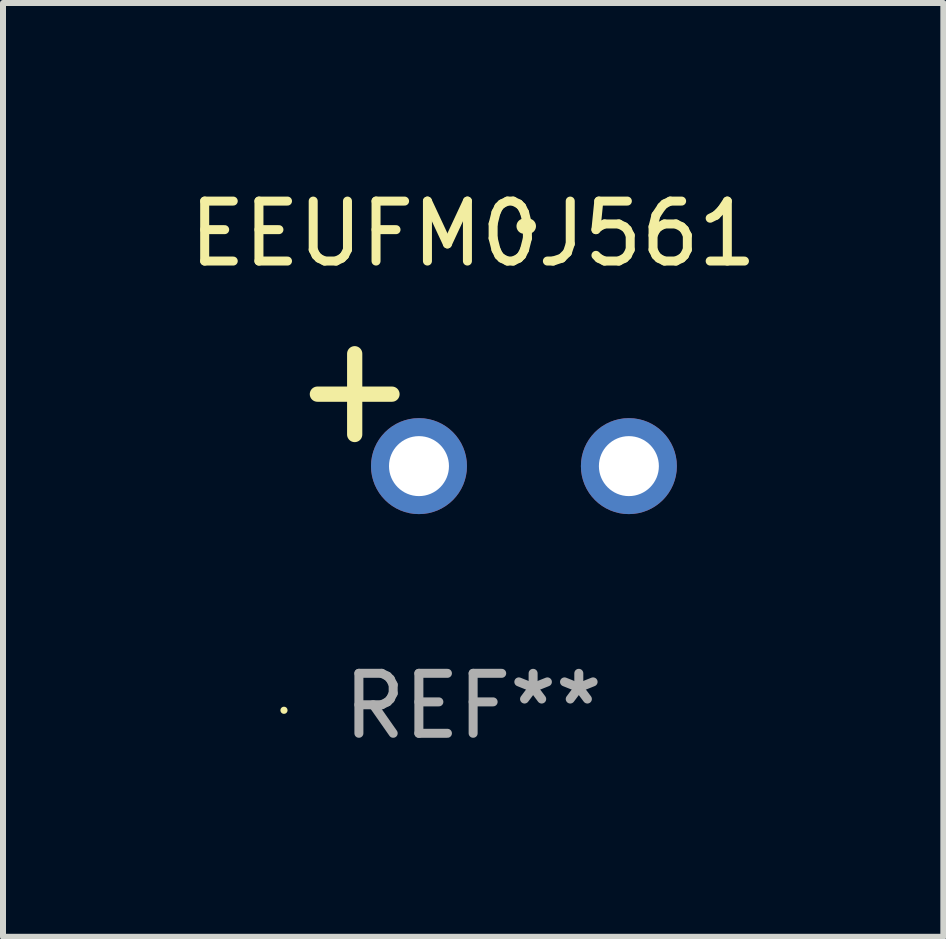
<source format=kicad_pcb>
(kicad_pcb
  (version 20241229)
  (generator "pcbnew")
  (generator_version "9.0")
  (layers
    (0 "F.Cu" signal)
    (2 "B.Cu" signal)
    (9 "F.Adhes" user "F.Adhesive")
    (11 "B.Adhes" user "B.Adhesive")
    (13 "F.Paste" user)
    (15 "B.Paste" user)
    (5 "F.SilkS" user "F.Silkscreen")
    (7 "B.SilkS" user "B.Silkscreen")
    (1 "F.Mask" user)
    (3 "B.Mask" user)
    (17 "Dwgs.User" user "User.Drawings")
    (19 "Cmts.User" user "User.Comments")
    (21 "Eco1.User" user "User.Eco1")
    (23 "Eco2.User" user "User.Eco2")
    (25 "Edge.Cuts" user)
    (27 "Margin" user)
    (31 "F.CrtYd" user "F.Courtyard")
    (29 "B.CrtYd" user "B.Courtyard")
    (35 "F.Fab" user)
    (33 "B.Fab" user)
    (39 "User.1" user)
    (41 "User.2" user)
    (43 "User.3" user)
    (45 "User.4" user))
  (footprint "EEUFM0J561"
    (layer "F.Cu")
    (at 4.839 3.785)
    (property "Reference" "EEUFM0J561" (at 0 -2.937 0) (layer "F.SilkS") (effects (font (size 1 1) (thickness 0.15))))
    (attr through_hole)
    (fp_line (start -1.975 0.41) (end -1.975 -0.937) (stroke (width 0.254) (type solid)) (layer "F.SilkS"))
    (fp_line (start -1.353 -0.263) (end -2.597 -0.263) (stroke (width 0.254) (type solid)) (layer "F.SilkS"))
    (fp_arc (start 0.849809 -3.063957) (mid 0.885369 -3.064114) (end 0.920929 -3.063957) (stroke (width 0.254001) (type solid)) (layer "F.SilkS"))
    (fp_circle (center -3.154 5.008) (end -3.124 5.008) (stroke (width 0.06) (type solid)) (fill no) (layer "F.SilkS"))
    (fp_text user "REF**" (at 0 4.937 0) (layer "F.Fab") (effects (font (size 1 1) (thickness 0.15))))
    (pad "1" thru_hole circle (at -0.903 0.937) (size 1.6 1.6) (drill 1) (layers "*.Cu" "*.Mask"))
    (pad "2" thru_hole circle (at 2.597 0.937) (size 1.6 1.6) (drill 1) (layers "*.Cu" "*.Mask")))
  (gr_rect
    (start -3 -3)
    (end 12.679 12.57)
    (stroke (width 0.1) (type default))
    (fill no)
    (layer "Edge.Cuts")))
</source>
